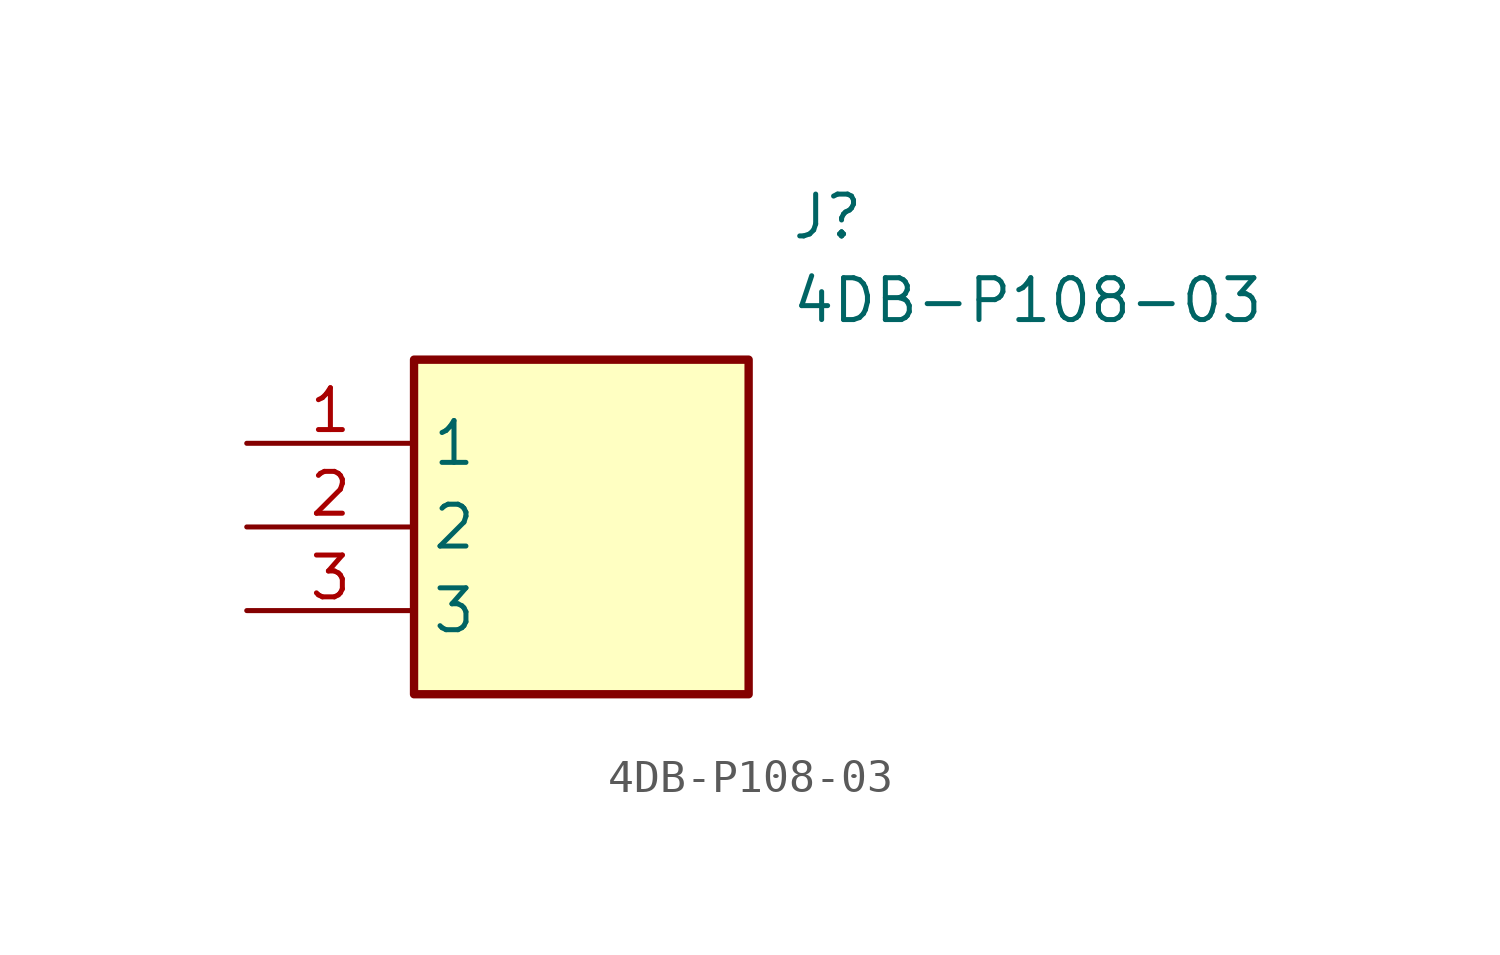
<source format=kicad_sym>
(kicad_symbol_lib
  (version 20211014)
  (generator SamacSys_ECAD_Model)
  (symbol "4DB-P108-03"
    (property "Reference" "J"
      (at 16.51 7.62 0)
      (effects (font (size 1.27 1.27)) (justify left top)))
    (property "Value" "4DB-P108-03"
      (at 16.51 5.08 0)
      (effects (font (size 1.27 1.27)) (justify left top)))
    (rectangle
      (start 5.08 2.54)
      (end 15.24 -7.62)
      (stroke (width 0.254) (type default))
      (fill (type background)))
    (pin passive line
      (at 0 0 0)
      (length 5.08)
      (name "1" (effects (font (size 1.27 1.27))))
      (number "1" (effects (font (size 1.27 1.27)))))
    (pin passive line
      (at 0 -2.54 0)
      (length 5.08)
      (name "2" (effects (font (size 1.27 1.27))))
      (number "2" (effects (font (size 1.27 1.27)))))
    (pin passive line
      (at 0 -5.08 0)
      (length 5.08)
      (name "3" (effects (font (size 1.27 1.27))))
      (number "3" (effects (font (size 1.27 1.27)))))))
</source>
